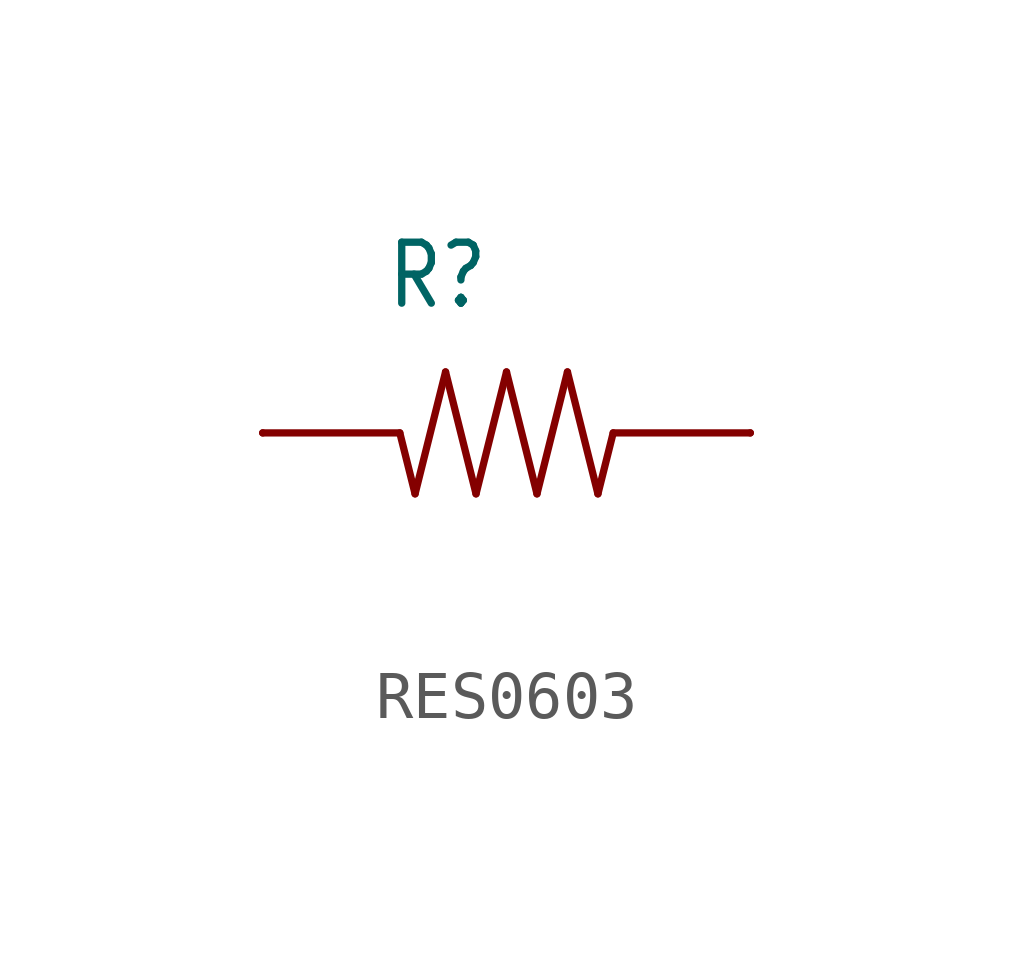
<source format=kicad_sym>
(kicad_symbol_lib
  (version 20231120)
  (generator "kicad_symbol_editor")
  (generator_version "8.0")
  (symbol "RES0603"
    (property "Reference" "R"
      (at -2.54 2.54 0)
      (effects (font (size 1.27 1.079)) (justify left bottom)))
    (property "Value" ""
      (at -2.54 -3.81 0)
      (effects (font (size 1.27 1.079)) (justify left bottom)))
    (property "ki_locked" ""
      (at 0 0 0)
      (effects (font (size 1.27 1.27))))
    (symbol "RES0603_1_0"
      (polyline (pts (xy -2.223 0) (xy -5.08 0)) (stroke (width 0.152) (type solid)) (fill (type none)))
      (polyline (pts (xy -1.905 -1.27) (xy -2.223 0)) (stroke (width 0.152) (type solid)) (fill (type none)))
      (polyline (pts (xy -1.905 -1.27) (xy -1.27 1.27)) (stroke (width 0.152) (type solid)) (fill (type none)))
      (polyline (pts (xy -0.635 -1.27) (xy -1.27 1.27)) (stroke (width 0.152) (type solid)) (fill (type none)))
      (polyline (pts (xy -0.635 -1.27) (xy 0 1.27)) (stroke (width 0.152) (type solid)) (fill (type none)))
      (polyline (pts (xy 0 1.27) (xy 0.635 -1.27)) (stroke (width 0.152) (type solid)) (fill (type none)))
      (polyline (pts (xy 0.635 -1.27) (xy 1.27 1.27)) (stroke (width 0.152) (type solid)) (fill (type none)))
      (polyline (pts (xy 1.27 1.27) (xy 1.905 -1.27)) (stroke (width 0.152) (type solid)) (fill (type none)))
      (polyline (pts (xy 1.905 -1.27) (xy 2.223 0)) (stroke (width 0.152) (type solid)) (fill (type none)))
      (polyline (pts (xy 2.223 0) (xy 5.08 0)) (stroke (width 0.152) (type solid)) (fill (type none)))
      (pin passive line (at -5.08 0 0) (length 0) (name "P$1" (effects (font (size 0 0)))) (number "1" (effects (font (size 0 0)))))
      (pin passive line (at 5.08 0 180) (length 0) (name "P$2" (effects (font (size 0 0)))) (number "2" (effects (font (size 0 0))))))))
</source>
